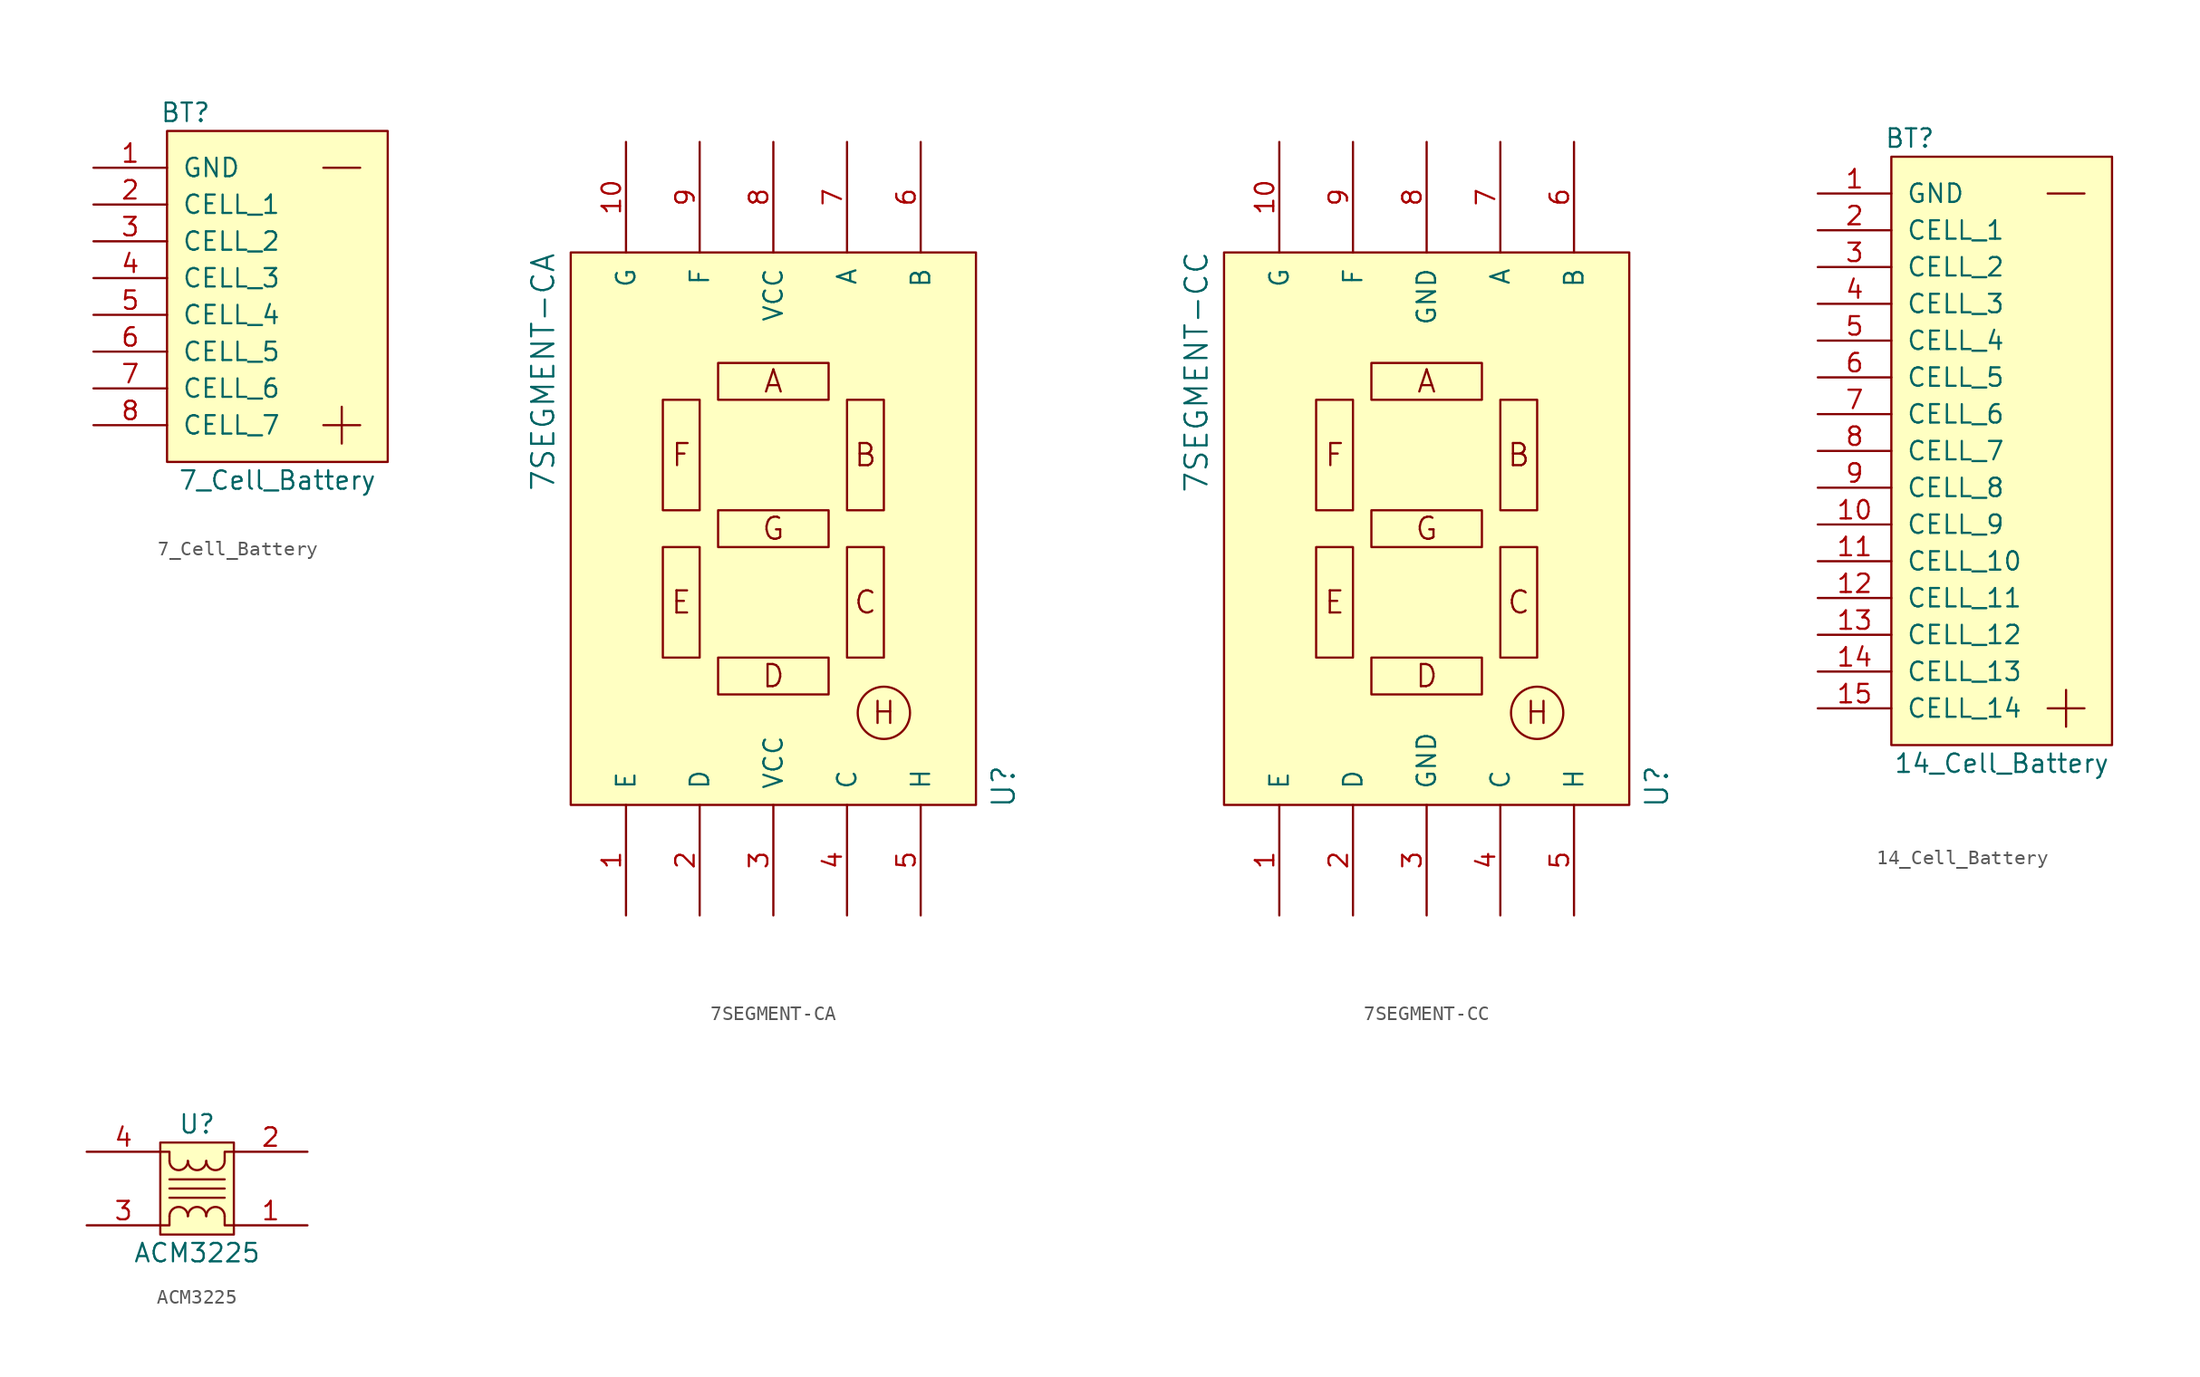
<source format=kicad_sym>
(kicad_symbol_lib
  (version 20211014)
  (generator kicad_symbol_editor)
  (symbol "7_Cell_Battery"
    (pin_names
      (offset 1.016))
    (property "Reference" "BT"
      (at 1.27 3.81 0)
      (effects (font (size 1.27 1.27))))
    (property "Value" "7_Cell_Battery"
      (at 7.62 -21.59 0)
      (effects (font (size 1.27 1.27))))
    (symbol "7_Cell_Battery_0_1"
      (polyline (pts (xy 12.065 -16.51) (xy 12.065 -19.05)) (stroke (width 0) (type default) (color 0 0 0 0)) (fill (type none)))
      (polyline (pts (xy 13.335 -17.78) (xy 10.795 -17.78)) (stroke (width 0) (type default) (color 0 0 0 0)) (fill (type none)))
      (polyline (pts (xy 13.335 0) (xy 10.795 0)) (stroke (width 0) (type default) (color 0 0 0 0)) (fill (type none)))
      (rectangle (start 0 2.54) (end 15.24 -20.32) (stroke (width 0) (type default) (color 0 0 0 0)) (fill (type background))))
    (symbol "7_Cell_Battery_1_1"
      (pin input line (at -5.08 0 0) (length 5.08) (name "GND" (effects (font (size 1.27 1.27)))) (number "1" (effects (font (size 1.27 1.27)))))
      (pin input line (at -5.08 -2.54 0) (length 5.08) (name "CELL_1" (effects (font (size 1.27 1.27)))) (number "2" (effects (font (size 1.27 1.27)))))
      (pin input line (at -5.08 -5.08 0) (length 5.08) (name "CELL_2" (effects (font (size 1.27 1.27)))) (number "3" (effects (font (size 1.27 1.27)))))
      (pin input line (at -5.08 -7.62 0) (length 5.08) (name "CELL_3" (effects (font (size 1.27 1.27)))) (number "4" (effects (font (size 1.27 1.27)))))
      (pin input line (at -5.08 -10.16 0) (length 5.08) (name "CELL_4" (effects (font (size 1.27 1.27)))) (number "5" (effects (font (size 1.27 1.27)))))
      (pin input line (at -5.08 -12.7 0) (length 5.08) (name "CELL_5" (effects (font (size 1.27 1.27)))) (number "6" (effects (font (size 1.27 1.27)))))
      (pin input line (at -5.08 -15.24 0) (length 5.08) (name "CELL_6" (effects (font (size 1.27 1.27)))) (number "7" (effects (font (size 1.27 1.27)))))
      (pin input line (at -5.08 -17.78 0) (length 5.08) (name "CELL_7" (effects (font (size 1.27 1.27)))) (number "8" (effects (font (size 1.27 1.27)))))))
  (symbol "7SEGMENT-CA"
    (pin_names
      (offset 1.016))
    (property "Reference" "U"
      (at 26.035 -36.83 90)
      (effects (font (size 1.524 1.524))))
    (property "Value" "7SEGMENT-CA"
      (at -5.715 -8.255 90)
      (effects (font (size 1.524 1.524))))
    (property "Footprint" ""
      (at -3.81 0 0)
      (effects (font (size 1.524 1.524))))
    (property "Datasheet" ""
      (at -3.81 0 0)
      (effects (font (size 1.524 1.524))))
    (symbol "7SEGMENT-CA_0_0"
      (rectangle (start 5.08 -20.32) (end 2.54 -27.94) (stroke (width 0) (type default) (color 0 0 0 0)) (fill (type none)))
      (rectangle (start 5.08 -17.78) (end 2.54 -10.16) (stroke (width 0) (type default) (color 0 0 0 0)) (fill (type none)))
      (rectangle (start 6.35 -27.94) (end 13.97 -30.48) (stroke (width 0) (type default) (color 0 0 0 0)) (fill (type none)))
      (rectangle (start 6.35 -17.78) (end 13.97 -20.32) (stroke (width 0) (type default) (color 0 0 0 0)) (fill (type none)))
      (rectangle (start 6.35 -7.62) (end 13.97 -10.16) (stroke (width 0) (type default) (color 0 0 0 0)) (fill (type none)))
      (rectangle (start 15.24 -20.32) (end 17.78 -27.94) (stroke (width 0) (type default) (color 0 0 0 0)) (fill (type none)))
      (rectangle (start 15.24 -17.78) (end 17.78 -10.16) (stroke (width 0) (type default) (color 0 0 0 0)) (fill (type none)))
      (circle (center 17.78 -31.75) (radius 1.803) (stroke (width 0) (type default) (color 0 0 0 0)) (fill (type none)))
      (text "A" (at 10.16 -8.89 0) (effects (font (size 1.524 1.524))))
      (text "B" (at 16.51 -13.97 0) (effects (font (size 1.524 1.524))))
      (text "C" (at 16.51 -24.13 0) (effects (font (size 1.524 1.524))))
      (text "D" (at 10.16 -29.21 0) (effects (font (size 1.524 1.524))))
      (text "E" (at 3.81 -24.13 0) (effects (font (size 1.524 1.524))))
      (text "F" (at 3.81 -13.97 0) (effects (font (size 1.524 1.524))))
      (text "G" (at 10.16 -19.05 0) (effects (font (size 1.524 1.524))))
      (text "H" (at 17.78 -31.75 0) (effects (font (size 1.524 1.524)))))
    (symbol "7SEGMENT-CA_0_1"
      (rectangle (start -3.81 0) (end 24.13 -38.1) (stroke (width 0) (type default) (color 0 0 0 0)) (fill (type background))))
    (symbol "7SEGMENT-CA_1_1"
      (pin input line (at 0 -45.72 90) (length 7.62) (name "E" (effects (font (size 1.27 1.27)))) (number "1" (effects (font (size 1.27 1.27)))))
      (pin input line (at 0 7.62 270) (length 7.62) (name "G" (effects (font (size 1.27 1.27)))) (number "10" (effects (font (size 1.27 1.27)))))
      (pin input line (at 5.08 -45.72 90) (length 7.62) (name "D" (effects (font (size 1.27 1.27)))) (number "2" (effects (font (size 1.27 1.27)))))
      (pin input line (at 10.16 -45.72 90) (length 7.62) (name "VCC" (effects (font (size 1.27 1.27)))) (number "3" (effects (font (size 1.27 1.27)))))
      (pin input line (at 15.24 -45.72 90) (length 7.62) (name "C" (effects (font (size 1.27 1.27)))) (number "4" (effects (font (size 1.27 1.27)))))
      (pin input line (at 20.32 -45.72 90) (length 7.62) (name "H" (effects (font (size 1.27 1.27)))) (number "5" (effects (font (size 1.27 1.27)))))
      (pin input line (at 20.32 7.62 270) (length 7.62) (name "B" (effects (font (size 1.27 1.27)))) (number "6" (effects (font (size 1.27 1.27)))))
      (pin input line (at 15.24 7.62 270) (length 7.62) (name "A" (effects (font (size 1.27 1.27)))) (number "7" (effects (font (size 1.27 1.27)))))
      (pin input line (at 10.16 7.62 270) (length 7.62) (name "VCC" (effects (font (size 1.27 1.27)))) (number "8" (effects (font (size 1.27 1.27)))))
      (pin input line (at 5.08 7.62 270) (length 7.62) (name "F" (effects (font (size 1.27 1.27)))) (number "9" (effects (font (size 1.27 1.27)))))))
  (symbol "7SEGMENT-CC"
    (pin_names
      (offset 1.016))
    (property "Reference" "U"
      (at 26.035 -36.83 90)
      (effects (font (size 1.524 1.524))))
    (property "Value" "7SEGMENT-CC"
      (at -5.715 -8.255 90)
      (effects (font (size 1.524 1.524))))
    (property "Footprint" ""
      (at -3.81 0 0)
      (effects (font (size 1.524 1.524))))
    (property "Datasheet" ""
      (at -3.81 0 0)
      (effects (font (size 1.524 1.524))))
    (symbol "7SEGMENT-CC_0_0"
      (rectangle (start 5.08 -20.32) (end 2.54 -27.94) (stroke (width 0) (type default) (color 0 0 0 0)) (fill (type none)))
      (rectangle (start 5.08 -17.78) (end 2.54 -10.16) (stroke (width 0) (type default) (color 0 0 0 0)) (fill (type none)))
      (rectangle (start 6.35 -27.94) (end 13.97 -30.48) (stroke (width 0) (type default) (color 0 0 0 0)) (fill (type none)))
      (rectangle (start 6.35 -17.78) (end 13.97 -20.32) (stroke (width 0) (type default) (color 0 0 0 0)) (fill (type none)))
      (rectangle (start 6.35 -7.62) (end 13.97 -10.16) (stroke (width 0) (type default) (color 0 0 0 0)) (fill (type none)))
      (rectangle (start 15.24 -20.32) (end 17.78 -27.94) (stroke (width 0) (type default) (color 0 0 0 0)) (fill (type none)))
      (rectangle (start 15.24 -17.78) (end 17.78 -10.16) (stroke (width 0) (type default) (color 0 0 0 0)) (fill (type none)))
      (circle (center 17.78 -31.75) (radius 1.803) (stroke (width 0) (type default) (color 0 0 0 0)) (fill (type none)))
      (text "A" (at 10.16 -8.89 0) (effects (font (size 1.524 1.524))))
      (text "B" (at 16.51 -13.97 0) (effects (font (size 1.524 1.524))))
      (text "C" (at 16.51 -24.13 0) (effects (font (size 1.524 1.524))))
      (text "D" (at 10.16 -29.21 0) (effects (font (size 1.524 1.524))))
      (text "E" (at 3.81 -24.13 0) (effects (font (size 1.524 1.524))))
      (text "F" (at 3.81 -13.97 0) (effects (font (size 1.524 1.524))))
      (text "G" (at 10.16 -19.05 0) (effects (font (size 1.524 1.524))))
      (text "H" (at 17.78 -31.75 0) (effects (font (size 1.524 1.524)))))
    (symbol "7SEGMENT-CC_0_1"
      (rectangle (start -3.81 0) (end 24.13 -38.1) (stroke (width 0) (type default) (color 0 0 0 0)) (fill (type background))))
    (symbol "7SEGMENT-CC_1_1"
      (pin input line (at 0 -45.72 90) (length 7.62) (name "E" (effects (font (size 1.27 1.27)))) (number "1" (effects (font (size 1.27 1.27)))))
      (pin input line (at 0 7.62 270) (length 7.62) (name "G" (effects (font (size 1.27 1.27)))) (number "10" (effects (font (size 1.27 1.27)))))
      (pin input line (at 5.08 -45.72 90) (length 7.62) (name "D" (effects (font (size 1.27 1.27)))) (number "2" (effects (font (size 1.27 1.27)))))
      (pin input line (at 10.16 -45.72 90) (length 7.62) (name "GND" (effects (font (size 1.27 1.27)))) (number "3" (effects (font (size 1.27 1.27)))))
      (pin input line (at 15.24 -45.72 90) (length 7.62) (name "C" (effects (font (size 1.27 1.27)))) (number "4" (effects (font (size 1.27 1.27)))))
      (pin input line (at 20.32 -45.72 90) (length 7.62) (name "H" (effects (font (size 1.27 1.27)))) (number "5" (effects (font (size 1.27 1.27)))))
      (pin input line (at 20.32 7.62 270) (length 7.62) (name "B" (effects (font (size 1.27 1.27)))) (number "6" (effects (font (size 1.27 1.27)))))
      (pin input line (at 15.24 7.62 270) (length 7.62) (name "A" (effects (font (size 1.27 1.27)))) (number "7" (effects (font (size 1.27 1.27)))))
      (pin input line (at 10.16 7.62 270) (length 7.62) (name "GND" (effects (font (size 1.27 1.27)))) (number "8" (effects (font (size 1.27 1.27)))))
      (pin input line (at 5.08 7.62 270) (length 7.62) (name "F" (effects (font (size 1.27 1.27)))) (number "9" (effects (font (size 1.27 1.27)))))))
  (symbol "14_Cell_Battery"
    (pin_names
      (offset 1.016))
    (property "Reference" "BT"
      (at 1.27 3.81 0)
      (effects (font (size 1.27 1.27))))
    (property "Value" "14_Cell_Battery"
      (at 7.62 -39.37 0)
      (effects (font (size 1.27 1.27))))
    (symbol "14_Cell_Battery_0_1"
      (polyline (pts (xy 12.065 -34.29) (xy 12.065 -36.83)) (stroke (width 0) (type default) (color 0 0 0 0)) (fill (type none)))
      (polyline (pts (xy 13.335 -35.56) (xy 10.795 -35.56)) (stroke (width 0) (type default) (color 0 0 0 0)) (fill (type none)))
      (polyline (pts (xy 13.335 0) (xy 10.795 0)) (stroke (width 0) (type default) (color 0 0 0 0)) (fill (type none)))
      (rectangle (start 0 2.54) (end 15.24 -38.1) (stroke (width 0) (type default) (color 0 0 0 0)) (fill (type background))))
    (symbol "14_Cell_Battery_1_1"
      (pin input line (at -5.08 0 0) (length 5.08) (name "GND" (effects (font (size 1.27 1.27)))) (number "1" (effects (font (size 1.27 1.27)))))
      (pin input line (at -5.08 -22.86 0) (length 5.08) (name "CELL_9" (effects (font (size 1.27 1.27)))) (number "10" (effects (font (size 1.27 1.27)))))
      (pin input line (at -5.08 -25.4 0) (length 5.08) (name "CELL_10" (effects (font (size 1.27 1.27)))) (number "11" (effects (font (size 1.27 1.27)))))
      (pin input line (at -5.08 -27.94 0) (length 5.08) (name "CELL_11" (effects (font (size 1.27 1.27)))) (number "12" (effects (font (size 1.27 1.27)))))
      (pin input line (at -5.08 -30.48 0) (length 5.08) (name "CELL_12" (effects (font (size 1.27 1.27)))) (number "13" (effects (font (size 1.27 1.27)))))
      (pin input line (at -5.08 -33.02 0) (length 5.08) (name "CELL_13" (effects (font (size 1.27 1.27)))) (number "14" (effects (font (size 1.27 1.27)))))
      (pin input line (at -5.08 -35.56 0) (length 5.08) (name "CELL_14" (effects (font (size 1.27 1.27)))) (number "15" (effects (font (size 1.27 1.27)))))
      (pin input line (at -5.08 -2.54 0) (length 5.08) (name "CELL_1" (effects (font (size 1.27 1.27)))) (number "2" (effects (font (size 1.27 1.27)))))
      (pin input line (at -5.08 -5.08 0) (length 5.08) (name "CELL_2" (effects (font (size 1.27 1.27)))) (number "3" (effects (font (size 1.27 1.27)))))
      (pin input line (at -5.08 -7.62 0) (length 5.08) (name "CELL_3" (effects (font (size 1.27 1.27)))) (number "4" (effects (font (size 1.27 1.27)))))
      (pin input line (at -5.08 -10.16 0) (length 5.08) (name "CELL_4" (effects (font (size 1.27 1.27)))) (number "5" (effects (font (size 1.27 1.27)))))
      (pin input line (at -5.08 -12.7 0) (length 5.08) (name "CELL_5" (effects (font (size 1.27 1.27)))) (number "6" (effects (font (size 1.27 1.27)))))
      (pin input line (at -5.08 -15.24 0) (length 5.08) (name "CELL_6" (effects (font (size 1.27 1.27)))) (number "7" (effects (font (size 1.27 1.27)))))
      (pin input line (at -5.08 -17.78 0) (length 5.08) (name "CELL_7" (effects (font (size 1.27 1.27)))) (number "8" (effects (font (size 1.27 1.27)))))
      (pin input line (at -5.08 -20.32 0) (length 5.08) (name "CELL_8" (effects (font (size 1.27 1.27)))) (number "9" (effects (font (size 1.27 1.27)))))))
  (symbol "ACM3225"
    (pin_names
      (offset 1.016))
    (property "Reference" "U"
      (at 2.54 1.905 0)
      (effects (font (size 1.27 1.27))))
    (property "Value" "ACM3225"
      (at 2.54 -6.985 0)
      (effects (font (size 1.27 1.27))))
    (symbol "ACM3225_0_1"
      (polyline (pts (xy 4.445 -3.175) (xy 0.635 -3.175)) (stroke (width 0) (type default) (color 0 0 0 0)) (fill (type none)))
      (polyline (pts (xy 4.445 -2.54) (xy 0.635 -2.54)) (stroke (width 0) (type default) (color 0 0 0 0)) (fill (type none)))
      (polyline (pts (xy 4.445 -1.905) (xy 0.635 -1.905)) (stroke (width 0) (type default) (color 0 0 0 0)) (fill (type none)))
      (polyline (pts (xy 0 0) (xy 0.635 0) (xy 0.635 -0.635)) (stroke (width 0) (type default) (color 0 0 0 0)) (fill (type none)))
      (polyline (pts (xy 0.635 -4.445) (xy 0.635 -5.08) (xy 0 -5.08)) (stroke (width 0) (type default) (color 0 0 0 0)) (fill (type none)))
      (polyline (pts (xy 5.08 -5.08) (xy 4.445 -5.08) (xy 4.445 -4.445)) (stroke (width 0) (type default) (color 0 0 0 0)) (fill (type none)))
      (polyline (pts (xy 5.08 0) (xy 4.445 0) (xy 4.445 -0.635)) (stroke (width 0) (type default) (color 0 0 0 0)) (fill (type none)))
      (rectangle (start 0 0.635) (end 5.08 -5.715) (stroke (width 0) (type default) (color 0 0 0 0)) (fill (type background)))
      (arc (start 0.635 -0.635) (mid 1.27 -1.27) (end 1.905 -0.635) (stroke (width 0) (type default) (color 0 0 0 0)) (fill (type none)))
      (arc (start 1.905 -4.445) (mid 1.27 -3.81) (end 0.635 -4.445) (stroke (width 0) (type default) (color 0 0 0 0)) (fill (type none)))
      (arc (start 1.905 -0.635) (mid 2.54 -1.27) (end 3.175 -0.635) (stroke (width 0) (type default) (color 0 0 0 0)) (fill (type none)))
      (arc (start 3.175 -4.445) (mid 2.54 -3.81) (end 1.905 -4.445) (stroke (width 0) (type default) (color 0 0 0 0)) (fill (type none)))
      (arc (start 3.175 -0.635) (mid 3.81 -1.27) (end 4.445 -0.635) (stroke (width 0) (type default) (color 0 0 0 0)) (fill (type none)))
      (arc (start 4.445 -4.445) (mid 3.81 -3.81) (end 3.175 -4.445) (stroke (width 0) (type default) (color 0 0 0 0)) (fill (type none))))
    (symbol "ACM3225_1_1"
      (pin input line (at 10.16 -5.08 180) (length 5.08) (name "~" (effects (font (size 1.27 1.27)))) (number "1" (effects (font (size 1.27 1.27)))))
      (pin input line (at 10.16 0 180) (length 5.08) (name "~" (effects (font (size 1.27 1.27)))) (number "2" (effects (font (size 1.27 1.27)))))
      (pin input line (at -5.08 -5.08 0) (length 5.08) (name "~" (effects (font (size 1.27 1.27)))) (number "3" (effects (font (size 1.27 1.27)))))
      (pin input line (at -5.08 0 0) (length 5.08) (name "~" (effects (font (size 1.27 1.27)))) (number "4" (effects (font (size 1.27 1.27))))))))
</source>
